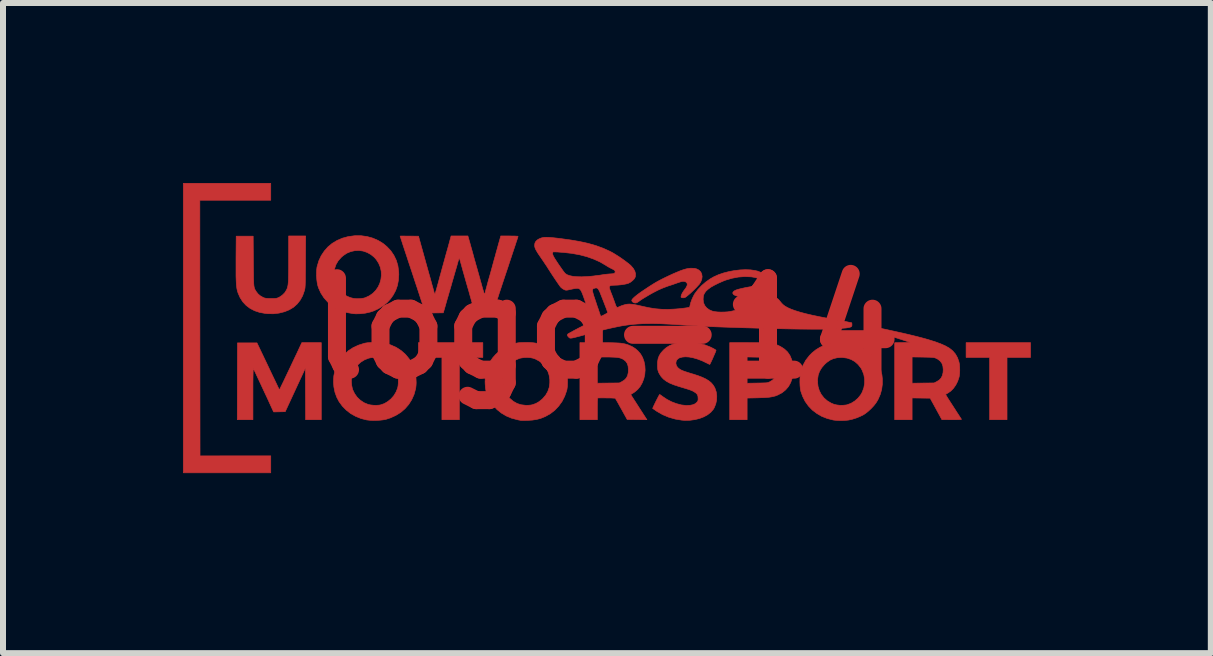
<source format=kicad_pcb>
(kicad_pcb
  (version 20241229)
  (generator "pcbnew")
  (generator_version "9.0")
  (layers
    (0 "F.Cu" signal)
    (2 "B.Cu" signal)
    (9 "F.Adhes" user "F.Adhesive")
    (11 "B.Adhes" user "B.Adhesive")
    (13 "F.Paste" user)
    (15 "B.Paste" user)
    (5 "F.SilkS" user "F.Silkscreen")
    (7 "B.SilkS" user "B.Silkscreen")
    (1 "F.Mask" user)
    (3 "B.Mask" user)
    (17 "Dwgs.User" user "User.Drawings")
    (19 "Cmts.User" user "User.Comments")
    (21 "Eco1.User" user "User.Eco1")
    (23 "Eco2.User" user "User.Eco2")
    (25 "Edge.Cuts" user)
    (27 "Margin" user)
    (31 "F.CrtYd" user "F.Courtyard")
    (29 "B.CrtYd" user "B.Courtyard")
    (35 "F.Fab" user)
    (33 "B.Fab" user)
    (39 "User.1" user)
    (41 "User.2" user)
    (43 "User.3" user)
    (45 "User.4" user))
  (footprint "logo-14"
    (layer "F.Cu")
    (at 7.066 2.422)
    (property "Reference" "logo-14" (at 0 0 0) (layer "F.Cu") (effects (font (size 1.524 1.524) (thickness 0.3))))
    (attr through_hole)
    (fp_poly (pts (xy -2.068 0.486) (xy -2.46 0.486) (xy -2.46 1.524) (xy -2.75 1.524) (xy -2.75 0.486) (xy -3.142 0.486) (xy -3.142 0.239) (xy -2.068 0.239) (xy -2.068 0.486)) (stroke (width 0.01) (type solid)) (fill yes) (layer "F.Cu"))
    (fp_poly (pts (xy 7.061 0.486) (xy 6.669 0.486) (xy 6.669 1.524) (xy 6.379 1.524) (xy 6.379 0.486) (xy 5.987 0.486) (xy 5.987 0.239) (xy 7.061 0.239) (xy 7.061 0.486)) (stroke (width 0.01) (type solid)) (fill yes) (layer "F.Cu"))
    (fp_poly (pts (xy -5.603 -2.134) (xy -6.785 -2.134) (xy -6.784 -0.003) (xy -6.782 2.127) (xy -6.192 2.126) (xy -5.603 2.126) (xy -5.603 2.268) (xy -5.603 2.409) (xy -7.061 2.409) (xy -7.061 -2.417) (xy -5.603 -2.417) (xy -5.603 -2.134)) (stroke (width 0.01) (type solid)) (fill yes) (layer "F.Cu"))
    (fp_poly (pts (xy -4.761 1.524) (xy -5.022 1.524) (xy -5.024 1.094) (xy -5.026 0.664) (xy -5.362 1.39) (xy -5.459 1.392) (xy -5.555 1.394) (xy -5.59 1.319) (xy -5.626 1.24) (xy -5.662 1.161) (xy -5.698 1.085) (xy -5.732 1.012) (xy -5.764 0.943) (xy -5.794 0.879) (xy -5.821 0.822) (xy -5.844 0.772) (xy -5.863 0.731) (xy -5.879 0.7) (xy -5.889 0.68) (xy -5.893 0.672) (xy -5.893 0.672) (xy -5.895 0.677) (xy -5.896 0.697) (xy -5.897 0.73) (xy -5.898 0.776) (xy -5.899 0.835) (xy -5.9 0.906) (xy -5.9 0.989) (xy -5.9 1.082) (xy -5.9 1.094) (xy -5.9 1.524) (xy -6.161 1.524) (xy -6.16 0.884) (xy -6.158 0.243) (xy -5.833 0.243) (xy -5.663 0.599) (xy -5.631 0.667) (xy -5.6 0.732) (xy -5.571 0.793) (xy -5.544 0.849) (xy -5.521 0.897) (xy -5.502 0.937) (xy -5.488 0.967) (xy -5.479 0.986) (xy -5.476 0.991) (xy -5.459 1.027) (xy -5.408 0.922) (xy -5.376 0.856) (xy -5.345 0.79) (xy -5.313 0.723) (xy -5.279 0.652) (xy -5.243 0.575) (xy -5.202 0.488) (xy -5.174 0.43) (xy -5.085 0.239) (xy -4.761 0.239) (xy -4.761 1.524)) (stroke (width 0.01) (type solid)) (fill yes) (layer "F.Cu"))
    (fp_poly (pts (xy 2.353 0.239) (xy 2.445 0.24) (xy 2.523 0.24) (xy 2.59 0.242) (xy 2.647 0.244) (xy 2.696 0.248) (xy 2.737 0.253) (xy 2.773 0.259) (xy 2.804 0.267) (xy 2.833 0.276) (xy 2.861 0.288) (xy 2.889 0.302) (xy 2.897 0.306) (xy 2.96 0.347) (xy 3.012 0.396) (xy 3.052 0.455) (xy 3.08 0.522) (xy 3.098 0.598) (xy 3.104 0.66) (xy 3.102 0.75) (xy 3.089 0.831) (xy 3.063 0.905) (xy 3.027 0.97) (xy 2.979 1.026) (xy 2.921 1.073) (xy 2.852 1.11) (xy 2.838 1.116) (xy 2.807 1.128) (xy 2.776 1.136) (xy 2.743 1.143) (xy 2.705 1.149) (xy 2.661 1.153) (xy 2.607 1.156) (xy 2.541 1.158) (xy 2.516 1.159) (xy 2.337 1.163) (xy 2.337 1.524) (xy 2.047 1.524) (xy 2.047 0.916) (xy 2.337 0.916) (xy 2.506 0.913) (xy 2.559 0.912) (xy 2.601 0.911) (xy 2.632 0.91) (xy 2.656 0.909) (xy 2.673 0.906) (xy 2.687 0.903) (xy 2.7 0.898) (xy 2.713 0.893) (xy 2.714 0.892) (xy 2.758 0.865) (xy 2.792 0.832) (xy 2.811 0.802) (xy 2.818 0.786) (xy 2.823 0.768) (xy 2.826 0.746) (xy 2.827 0.714) (xy 2.827 0.697) (xy 2.825 0.65) (xy 2.819 0.614) (xy 2.808 0.585) (xy 2.79 0.559) (xy 2.764 0.534) (xy 2.745 0.519) (xy 2.726 0.508) (xy 2.705 0.499) (xy 2.679 0.492) (xy 2.647 0.487) (xy 2.607 0.484) (xy 2.556 0.482) (xy 2.498 0.481) (xy 2.337 0.478) (xy 2.337 0.916) (xy 2.047 0.916) (xy 2.047 0.239) (xy 2.353 0.239)) (stroke (width 0.01) (type solid)) (fill yes) (layer "F.Cu"))
    (fp_poly (pts (xy 1.459 -0.999) (xy 1.495 -0.99) (xy 1.527 -0.974) (xy 1.537 -0.967) (xy 1.565 -0.938) (xy 1.581 -0.902) (xy 1.587 -0.861) (xy 1.581 -0.817) (xy 1.564 -0.773) (xy 1.54 -0.735) (xy 1.518 -0.711) (xy 1.49 -0.68) (xy 1.456 -0.646) (xy 1.42 -0.611) (xy 1.384 -0.578) (xy 1.351 -0.55) (xy 1.324 -0.528) (xy 1.314 -0.52) (xy 1.295 -0.512) (xy 1.272 -0.508) (xy 1.252 -0.51) (xy 1.238 -0.516) (xy 1.236 -0.519) (xy 1.236 -0.536) (xy 1.244 -0.561) (xy 1.258 -0.59) (xy 1.277 -0.62) (xy 1.29 -0.637) (xy 1.319 -0.677) (xy 1.336 -0.711) (xy 1.34 -0.738) (xy 1.331 -0.759) (xy 1.314 -0.773) (xy 1.295 -0.78) (xy 1.274 -0.783) (xy 1.249 -0.78) (xy 1.217 -0.771) (xy 1.178 -0.758) (xy 1.141 -0.745) (xy 1.096 -0.729) (xy 1.05 -0.714) (xy 1.019 -0.704) (xy 0.976 -0.688) (xy 0.929 -0.67) (xy 0.885 -0.651) (xy 0.858 -0.639) (xy 0.813 -0.616) (xy 0.763 -0.59) (xy 0.713 -0.562) (xy 0.664 -0.533) (xy 0.619 -0.506) (xy 0.58 -0.482) (xy 0.55 -0.461) (xy 0.538 -0.452) (xy 0.509 -0.432) (xy 0.484 -0.422) (xy 0.46 -0.423) (xy 0.45 -0.426) (xy 0.431 -0.437) (xy 0.418 -0.453) (xy 0.414 -0.464) (xy 0.42 -0.48) (xy 0.438 -0.501) (xy 0.469 -0.529) (xy 0.51 -0.562) (xy 0.562 -0.6) (xy 0.624 -0.642) (xy 0.63 -0.646) (xy 0.699 -0.692) (xy 0.76 -0.731) (xy 0.816 -0.765) (xy 0.87 -0.795) (xy 0.924 -0.823) (xy 0.983 -0.852) (xy 1.029 -0.874) (xy 1.105 -0.909) (xy 1.171 -0.937) (xy 1.227 -0.96) (xy 1.275 -0.977) (xy 1.317 -0.989) (xy 1.354 -0.997) (xy 1.389 -1.001) (xy 1.413 -1.001) (xy 1.459 -0.999)) (stroke (width 0.01) (type solid)) (fill yes) (layer "F.Cu"))
    (fp_poly (pts (xy -5.024 -1.109) (xy -5.024 -1.018) (xy -5.025 -0.941) (xy -5.026 -0.876) (xy -5.026 -0.822) (xy -5.027 -0.778) (xy -5.028 -0.742) (xy -5.029 -0.713) (xy -5.031 -0.69) (xy -5.032 -0.672) (xy -5.035 -0.657) (xy -5.037 -0.644) (xy -5.04 -0.633) (xy -5.042 -0.627) (xy -5.072 -0.542) (xy -5.113 -0.468) (xy -5.164 -0.404) (xy -5.225 -0.35) (xy -5.295 -0.308) (xy -5.374 -0.276) (xy -5.466 -0.253) (xy -5.56 -0.242) (xy -5.658 -0.244) (xy -5.696 -0.248) (xy -5.789 -0.265) (xy -5.873 -0.293) (xy -5.948 -0.332) (xy -6.013 -0.381) (xy -6.069 -0.441) (xy -6.114 -0.511) (xy -6.149 -0.59) (xy -6.149 -0.592) (xy -6.157 -0.615) (xy -6.163 -0.639) (xy -6.168 -0.665) (xy -6.172 -0.694) (xy -6.176 -0.727) (xy -6.178 -0.767) (xy -6.18 -0.814) (xy -6.182 -0.869) (xy -6.182 -0.934) (xy -6.182 -1.01) (xy -6.182 -1.099) (xy -6.182 -1.161) (xy -6.179 -1.535) (xy -5.896 -1.535) (xy -5.893 -1.118) (xy -5.892 -1.027) (xy -5.891 -0.951) (xy -5.89 -0.886) (xy -5.89 -0.832) (xy -5.888 -0.787) (xy -5.887 -0.751) (xy -5.885 -0.722) (xy -5.882 -0.699) (xy -5.878 -0.68) (xy -5.874 -0.665) (xy -5.869 -0.652) (xy -5.862 -0.639) (xy -5.854 -0.627) (xy -5.846 -0.613) (xy -5.814 -0.572) (xy -5.776 -0.54) (xy -5.733 -0.516) (xy -5.715 -0.508) (xy -5.699 -0.503) (xy -5.68 -0.5) (xy -5.656 -0.498) (xy -5.622 -0.497) (xy -5.599 -0.497) (xy -5.559 -0.497) (xy -5.531 -0.498) (xy -5.51 -0.5) (xy -5.494 -0.504) (xy -5.477 -0.511) (xy -5.463 -0.517) (xy -5.413 -0.55) (xy -5.371 -0.591) (xy -5.345 -0.632) (xy -5.336 -0.649) (xy -5.329 -0.665) (xy -5.324 -0.682) (xy -5.319 -0.702) (xy -5.315 -0.724) (xy -5.312 -0.752) (xy -5.309 -0.785) (xy -5.308 -0.826) (xy -5.307 -0.875) (xy -5.306 -0.934) (xy -5.305 -1.004) (xy -5.305 -1.086) (xy -5.305 -1.152) (xy -5.305 -1.539) (xy -5.021 -1.539) (xy -5.024 -1.109)) (stroke (width 0.01) (type solid)) (fill yes) (layer "F.Cu"))
    (fp_poly (pts (xy -4.096 -1.543) (xy -3.996 -1.529) (xy -3.9 -1.502) (xy -3.811 -1.463) (xy -3.728 -1.412) (xy -3.667 -1.361) (xy -3.602 -1.292) (xy -3.55 -1.215) (xy -3.51 -1.132) (xy -3.484 -1.043) (xy -3.471 -0.948) (xy -3.469 -0.897) (xy -3.475 -0.801) (xy -3.492 -0.713) (xy -3.521 -0.63) (xy -3.563 -0.552) (xy -3.607 -0.49) (xy -3.664 -0.428) (xy -3.733 -0.373) (xy -3.809 -0.326) (xy -3.89 -0.289) (xy -3.948 -0.27) (xy -4.028 -0.252) (xy -4.108 -0.243) (xy -4.184 -0.241) (xy -4.227 -0.244) (xy -4.326 -0.261) (xy -4.414 -0.287) (xy -4.494 -0.321) (xy -4.568 -0.366) (xy -4.579 -0.374) (xy -4.653 -0.437) (xy -4.717 -0.509) (xy -4.768 -0.588) (xy -4.807 -0.674) (xy -4.819 -0.712) (xy -4.828 -0.754) (xy -4.835 -0.805) (xy -4.839 -0.861) (xy -4.84 -0.918) (xy -4.84 -0.92) (xy -4.549 -0.92) (xy -4.549 -0.875) (xy -4.54 -0.803) (xy -4.52 -0.739) (xy -4.488 -0.678) (xy -4.474 -0.658) (xy -4.432 -0.607) (xy -4.385 -0.566) (xy -4.331 -0.534) (xy -4.274 -0.511) (xy -4.224 -0.498) (xy -4.167 -0.493) (xy -4.108 -0.495) (xy -4.052 -0.503) (xy -4.026 -0.511) (xy -3.959 -0.542) (xy -3.901 -0.583) (xy -3.853 -0.632) (xy -3.814 -0.688) (xy -3.785 -0.75) (xy -3.767 -0.815) (xy -3.759 -0.883) (xy -3.762 -0.951) (xy -3.777 -1.018) (xy -3.804 -1.083) (xy -3.842 -1.143) (xy -3.876 -1.182) (xy -3.933 -1.229) (xy -3.996 -1.264) (xy -4.062 -1.287) (xy -4.131 -1.297) (xy -4.201 -1.294) (xy -4.269 -1.279) (xy -4.335 -1.252) (xy -4.396 -1.211) (xy -4.431 -1.18) (xy -4.481 -1.122) (xy -4.517 -1.06) (xy -4.539 -0.993) (xy -4.549 -0.92) (xy -4.84 -0.92) (xy -4.838 -0.971) (xy -4.833 -1.016) (xy -4.83 -1.029) (xy -4.802 -1.124) (xy -4.762 -1.21) (xy -4.71 -1.288) (xy -4.649 -1.357) (xy -4.578 -1.416) (xy -4.498 -1.464) (xy -4.409 -1.502) (xy -4.314 -1.528) (xy -4.211 -1.542) (xy -4.199 -1.543) (xy -4.096 -1.543)) (stroke (width 0.01) (type solid)) (fill yes) (layer "F.Cu"))
    (fp_poly (pts (xy -0.136 0.24) (xy -0.048 0.24) (xy 0.027 0.24) (xy 0.091 0.241) (xy 0.144 0.243) (xy 0.19 0.245) (xy 0.228 0.248) (xy 0.26 0.253) (xy 0.289 0.258) (xy 0.315 0.264) (xy 0.341 0.272) (xy 0.358 0.278) (xy 0.42 0.305) (xy 0.473 0.339) (xy 0.517 0.377) (xy 0.561 0.428) (xy 0.595 0.487) (xy 0.619 0.554) (xy 0.633 0.624) (xy 0.637 0.697) (xy 0.631 0.77) (xy 0.615 0.841) (xy 0.589 0.908) (xy 0.554 0.97) (xy 0.513 1.019) (xy 0.487 1.042) (xy 0.46 1.064) (xy 0.437 1.079) (xy 0.434 1.081) (xy 0.414 1.092) (xy 0.402 1.101) (xy 0.399 1.105) (xy 0.403 1.112) (xy 0.413 1.13) (xy 0.429 1.154) (xy 0.448 1.184) (xy 0.455 1.195) (xy 0.478 1.23) (xy 0.506 1.274) (xy 0.536 1.321) (xy 0.567 1.369) (xy 0.589 1.403) (xy 0.667 1.524) (xy 0.338 1.52) (xy 0.242 1.347) (xy 0.216 1.301) (xy 0.193 1.259) (xy 0.173 1.223) (xy 0.156 1.195) (xy 0.145 1.175) (xy 0.14 1.167) (xy 0.139 1.167) (xy 0.131 1.165) (xy 0.11 1.164) (xy 0.079 1.162) (xy 0.041 1.161) (xy -0.003 1.161) (xy -0.05 1.16) (xy -0.098 1.16) (xy -0.144 1.161) (xy -0.151 1.161) (xy -0.154 1.164) (xy -0.156 1.175) (xy -0.157 1.194) (xy -0.159 1.224) (xy -0.159 1.264) (xy -0.16 1.318) (xy -0.16 1.343) (xy -0.16 1.524) (xy -0.45 1.524) (xy -0.45 0.479) (xy -0.16 0.479) (xy -0.16 0.915) (xy 0.024 0.913) (xy 0.207 0.911) (xy 0.248 0.89) (xy 0.291 0.863) (xy 0.323 0.83) (xy 0.345 0.789) (xy 0.356 0.738) (xy 0.358 0.686) (xy 0.353 0.63) (xy 0.338 0.585) (xy 0.312 0.548) (xy 0.275 0.519) (xy 0.262 0.512) (xy 0.238 0.501) (xy 0.212 0.493) (xy 0.182 0.487) (xy 0.144 0.483) (xy 0.099 0.481) (xy 0.042 0.479) (xy -0.009 0.479) (xy -0.16 0.479) (xy -0.45 0.479) (xy -0.45 0.239) (xy -0.136 0.24)) (stroke (width 0.01) (type solid)) (fill yes) (layer "F.Cu"))
    (fp_poly (pts (xy -3.846 0.236) (xy -3.794 0.238) (xy -3.748 0.241) (xy -3.71 0.246) (xy -3.697 0.248) (xy -3.599 0.279) (xy -3.509 0.32) (xy -3.429 0.372) (xy -3.358 0.435) (xy -3.298 0.507) (xy -3.248 0.588) (xy -3.237 0.611) (xy -3.215 0.663) (xy -3.199 0.712) (xy -3.189 0.763) (xy -3.183 0.819) (xy -3.181 0.857) (xy -3.179 0.908) (xy -3.181 0.949) (xy -3.185 0.986) (xy -3.189 1.01) (xy -3.215 1.104) (xy -3.254 1.191) (xy -3.304 1.27) (xy -3.365 1.34) (xy -3.436 1.401) (xy -3.518 1.452) (xy -3.608 1.493) (xy -3.685 1.518) (xy -3.729 1.526) (xy -3.782 1.532) (xy -3.84 1.535) (xy -3.899 1.536) (xy -3.954 1.533) (xy -4.001 1.528) (xy -4.003 1.528) (xy -4.098 1.504) (xy -4.187 1.468) (xy -4.27 1.422) (xy -4.344 1.364) (xy -4.409 1.298) (xy -4.464 1.223) (xy -4.503 1.149) (xy -4.533 1.066) (xy -4.551 0.977) (xy -4.557 0.896) (xy -4.259 0.896) (xy -4.254 0.95) (xy -4.244 1) (xy -4.237 1.024) (xy -4.205 1.09) (xy -4.162 1.15) (xy -4.109 1.2) (xy -4.049 1.24) (xy -3.982 1.268) (xy -3.974 1.271) (xy -3.936 1.278) (xy -3.89 1.283) (xy -3.842 1.284) (xy -3.798 1.281) (xy -3.774 1.277) (xy -3.71 1.255) (xy -3.651 1.22) (xy -3.597 1.175) (xy -3.55 1.121) (xy -3.513 1.059) (xy -3.488 0.995) (xy -3.481 0.96) (xy -3.477 0.916) (xy -3.477 0.869) (xy -3.479 0.823) (xy -3.485 0.784) (xy -3.487 0.777) (xy -3.513 0.706) (xy -3.551 0.643) (xy -3.6 0.588) (xy -3.658 0.543) (xy -3.724 0.51) (xy -3.759 0.498) (xy -3.796 0.49) (xy -3.842 0.487) (xy -3.891 0.487) (xy -3.936 0.491) (xy -3.97 0.498) (xy -4.039 0.525) (xy -4.102 0.564) (xy -4.156 0.613) (xy -4.2 0.67) (xy -4.233 0.733) (xy -4.253 0.797) (xy -4.259 0.843) (xy -4.259 0.896) (xy -4.557 0.896) (xy -4.557 0.886) (xy -4.552 0.795) (xy -4.535 0.708) (xy -4.525 0.676) (xy -4.488 0.587) (xy -4.438 0.506) (xy -4.378 0.435) (xy -4.308 0.373) (xy -4.228 0.321) (xy -4.138 0.28) (xy -4.04 0.249) (xy -4.024 0.246) (xy -3.991 0.241) (xy -3.948 0.238) (xy -3.898 0.236) (xy -3.846 0.236)) (stroke (width 0.01) (type solid)) (fill yes) (layer "F.Cu"))
    (fp_poly (pts (xy 3.904 0.237) (xy 3.953 0.237) (xy 3.99 0.238) (xy 4.02 0.24) (xy 4.045 0.243) (xy 4.069 0.248) (xy 4.096 0.254) (xy 4.102 0.256) (xy 4.196 0.288) (xy 4.281 0.331) (xy 4.358 0.385) (xy 4.426 0.448) (xy 4.483 0.52) (xy 4.529 0.599) (xy 4.563 0.685) (xy 4.584 0.776) (xy 4.591 0.842) (xy 4.591 0.932) (xy 4.58 1.016) (xy 4.558 1.098) (xy 4.522 1.181) (xy 4.512 1.2) (xy 4.485 1.244) (xy 4.448 1.291) (xy 4.404 1.338) (xy 4.357 1.382) (xy 4.309 1.42) (xy 4.272 1.444) (xy 4.216 1.471) (xy 4.154 1.496) (xy 4.09 1.516) (xy 4.031 1.529) (xy 4.018 1.531) (xy 3.962 1.536) (xy 3.901 1.538) (xy 3.841 1.536) (xy 3.786 1.531) (xy 3.769 1.528) (xy 3.671 1.503) (xy 3.58 1.467) (xy 3.498 1.419) (xy 3.423 1.362) (xy 3.359 1.295) (xy 3.304 1.218) (xy 3.262 1.134) (xy 3.232 1.049) (xy 3.224 1.007) (xy 3.219 0.955) (xy 3.217 0.897) (xy 3.217 0.893) (xy 3.511 0.893) (xy 3.519 0.968) (xy 3.54 1.038) (xy 3.573 1.103) (xy 3.618 1.16) (xy 3.672 1.208) (xy 3.737 1.247) (xy 3.788 1.268) (xy 3.833 1.278) (xy 3.885 1.284) (xy 3.939 1.283) (xy 3.989 1.278) (xy 4.005 1.274) (xy 4.07 1.25) (xy 4.13 1.213) (xy 4.184 1.166) (xy 4.229 1.111) (xy 4.255 1.066) (xy 4.282 0.994) (xy 4.295 0.919) (xy 4.295 0.844) (xy 4.282 0.771) (xy 4.255 0.701) (xy 4.233 0.661) (xy 4.187 0.603) (xy 4.133 0.555) (xy 4.071 0.52) (xy 4.003 0.497) (xy 3.929 0.487) (xy 3.908 0.486) (xy 3.837 0.491) (xy 3.774 0.506) (xy 3.717 0.532) (xy 3.662 0.571) (xy 3.628 0.602) (xy 3.58 0.658) (xy 3.545 0.716) (xy 3.522 0.779) (xy 3.512 0.849) (xy 3.511 0.893) (xy 3.217 0.893) (xy 3.218 0.839) (xy 3.222 0.783) (xy 3.229 0.734) (xy 3.235 0.708) (xy 3.269 0.616) (xy 3.315 0.532) (xy 3.374 0.456) (xy 3.418 0.411) (xy 3.482 0.359) (xy 3.55 0.317) (xy 3.626 0.282) (xy 3.707 0.256) (xy 3.734 0.248) (xy 3.758 0.243) (xy 3.781 0.24) (xy 3.808 0.238) (xy 3.841 0.237) (xy 3.884 0.237) (xy 3.904 0.237)) (stroke (width 0.01) (type solid)) (fill yes) (layer "F.Cu"))
    (fp_poly (pts (xy 4.484 -0.013) (xy 4.513 -0.008) (xy 4.553 -0.001) (xy 4.603 0.009) (xy 4.66 0.021) (xy 4.723 0.035) (xy 4.792 0.05) (xy 4.863 0.066) (xy 4.936 0.082) (xy 5.009 0.099) (xy 5.08 0.116) (xy 5.149 0.133) (xy 5.17 0.138) (xy 5.295 0.171) (xy 5.406 0.204) (xy 5.503 0.236) (xy 5.585 0.268) (xy 5.639 0.292) (xy 5.708 0.331) (xy 5.765 0.377) (xy 5.81 0.43) (xy 5.844 0.491) (xy 5.868 0.56) (xy 5.876 0.599) (xy 5.88 0.648) (xy 5.881 0.701) (xy 5.879 0.753) (xy 5.873 0.799) (xy 5.868 0.82) (xy 5.846 0.885) (xy 5.815 0.946) (xy 5.776 1.001) (xy 5.732 1.046) (xy 5.684 1.079) (xy 5.681 1.081) (xy 5.661 1.092) (xy 5.649 1.101) (xy 5.646 1.104) (xy 5.65 1.111) (xy 5.661 1.129) (xy 5.677 1.156) (xy 5.698 1.189) (xy 5.723 1.228) (xy 5.749 1.268) (xy 5.778 1.313) (xy 5.806 1.356) (xy 5.831 1.396) (xy 5.853 1.429) (xy 5.869 1.454) (xy 5.877 1.466) (xy 5.891 1.488) (xy 5.903 1.506) (xy 5.909 1.515) (xy 5.909 1.518) (xy 5.901 1.52) (xy 5.886 1.522) (xy 5.86 1.523) (xy 5.823 1.524) (xy 5.774 1.524) (xy 5.75 1.524) (xy 5.584 1.523) (xy 5.388 1.165) (xy 5.238 1.163) (xy 5.087 1.161) (xy 5.087 1.524) (xy 4.797 1.524) (xy 4.797 0.915) (xy 5.087 0.915) (xy 5.271 0.913) (xy 5.454 0.911) (xy 5.495 0.89) (xy 5.538 0.864) (xy 5.57 0.83) (xy 5.591 0.789) (xy 5.603 0.739) (xy 5.606 0.686) (xy 5.6 0.63) (xy 5.583 0.583) (xy 5.554 0.545) (xy 5.514 0.514) (xy 5.482 0.498) (xy 5.469 0.493) (xy 5.455 0.49) (xy 5.439 0.487) (xy 5.416 0.485) (xy 5.387 0.483) (xy 5.348 0.482) (xy 5.297 0.481) (xy 5.267 0.48) (xy 5.087 0.478) (xy 5.087 0.915) (xy 4.797 0.915) (xy 4.797 0.24) (xy 4.926 0.238) (xy 5.055 0.236) (xy 4.942 0.198) (xy 4.827 0.161) (xy 4.717 0.128) (xy 4.605 0.097) (xy 4.544 0.08) (xy 4.505 0.07) (xy 4.472 0.06) (xy 4.445 0.051) (xy 4.429 0.045) (xy 4.426 0.042) (xy 4.42 0.022) (xy 4.427 0.004) (xy 4.443 -0.009) (xy 4.467 -0.015) (xy 4.468 -0.015) (xy 4.484 -0.013)) (stroke (width 0.01) (type solid)) (fill yes) (layer "F.Cu"))
    (fp_poly (pts (xy -1.278 0.237) (xy -1.221 0.242) (xy -1.169 0.25) (xy -1.121 0.263) (xy -1.07 0.281) (xy -1.02 0.304) (xy -0.936 0.352) (xy -0.861 0.41) (xy -0.796 0.478) (xy -0.742 0.554) (xy -0.699 0.638) (xy -0.673 0.715) (xy -0.665 0.756) (xy -0.66 0.806) (xy -0.657 0.861) (xy -0.657 0.917) (xy -0.659 0.969) (xy -0.665 1.014) (xy -0.67 1.037) (xy -0.703 1.131) (xy -0.747 1.218) (xy -0.803 1.296) (xy -0.868 1.365) (xy -0.944 1.424) (xy -1.028 1.471) (xy -1.036 1.474) (xy -1.102 1.501) (xy -1.17 1.519) (xy -1.242 1.53) (xy -1.321 1.535) (xy -1.36 1.536) (xy -1.394 1.536) (xy -1.421 1.536) (xy -1.438 1.535) (xy -1.441 1.534) (xy -1.456 1.531) (xy -1.479 1.527) (xy -1.495 1.523) (xy -1.59 1.498) (xy -1.678 1.461) (xy -1.759 1.413) (xy -1.832 1.354) (xy -1.895 1.285) (xy -1.947 1.208) (xy -1.966 1.172) (xy -1.989 1.121) (xy -2.006 1.076) (xy -2.018 1.032) (xy -2.025 0.985) (xy -2.029 0.929) (xy -2.03 0.907) (xy -2.03 0.889) (xy -1.734 0.889) (xy -1.732 0.94) (xy -1.725 0.984) (xy -1.724 0.989) (xy -1.697 1.06) (xy -1.658 1.123) (xy -1.618 1.168) (xy -1.561 1.217) (xy -1.5 1.252) (xy -1.434 1.274) (xy -1.361 1.283) (xy -1.343 1.284) (xy -1.308 1.283) (xy -1.273 1.28) (xy -1.245 1.275) (xy -1.242 1.274) (xy -1.183 1.253) (xy -1.131 1.223) (xy -1.08 1.182) (xy -1.069 1.171) (xy -1.02 1.114) (xy -0.985 1.053) (xy -0.962 0.986) (xy -0.952 0.913) (xy -0.952 0.854) (xy -0.964 0.779) (xy -0.987 0.71) (xy -1.023 0.647) (xy -1.069 0.593) (xy -1.125 0.548) (xy -1.19 0.513) (xy -1.233 0.498) (xy -1.278 0.489) (xy -1.33 0.486) (xy -1.384 0.488) (xy -1.434 0.496) (xy -1.456 0.501) (xy -1.525 0.53) (xy -1.587 0.57) (xy -1.64 0.62) (xy -1.683 0.679) (xy -1.714 0.744) (xy -1.725 0.786) (xy -1.732 0.836) (xy -1.734 0.889) (xy -2.03 0.889) (xy -2.028 0.81) (xy -2.015 0.722) (xy -1.99 0.64) (xy -1.952 0.563) (xy -1.901 0.489) (xy -1.855 0.437) (xy -1.79 0.378) (xy -1.717 0.328) (xy -1.635 0.288) (xy -1.543 0.257) (xy -1.54 0.256) (xy -1.512 0.248) (xy -1.487 0.243) (xy -1.463 0.24) (xy -1.435 0.238) (xy -1.4 0.237) (xy -1.354 0.236) (xy -1.346 0.236) (xy -1.278 0.237)) (stroke (width 0.01) (type solid)) (fill yes) (layer "F.Cu"))
    (fp_poly (pts (xy 1.447 0.234) (xy 1.543 0.251) (xy 1.638 0.278) (xy 1.728 0.314) (xy 1.74 0.32) (xy 1.77 0.335) (xy 1.795 0.349) (xy 1.812 0.36) (xy 1.819 0.366) (xy 1.817 0.374) (xy 1.81 0.393) (xy 1.799 0.42) (xy 1.785 0.451) (xy 1.77 0.486) (xy 1.755 0.52) (xy 1.74 0.552) (xy 1.728 0.578) (xy 1.718 0.596) (xy 1.715 0.602) (xy 1.708 0.6) (xy 1.692 0.593) (xy 1.669 0.581) (xy 1.664 0.579) (xy 1.587 0.542) (xy 1.511 0.513) (xy 1.439 0.492) (xy 1.371 0.479) (xy 1.309 0.475) (xy 1.255 0.48) (xy 1.209 0.493) (xy 1.189 0.504) (xy 1.165 0.528) (xy 1.152 0.558) (xy 1.15 0.591) (xy 1.16 0.625) (xy 1.181 0.655) (xy 1.185 0.658) (xy 1.201 0.672) (xy 1.219 0.685) (xy 1.241 0.697) (xy 1.269 0.709) (xy 1.305 0.722) (xy 1.351 0.737) (xy 1.408 0.755) (xy 1.433 0.762) (xy 1.517 0.789) (xy 1.588 0.816) (xy 1.647 0.844) (xy 1.695 0.873) (xy 1.735 0.905) (xy 1.766 0.94) (xy 1.792 0.98) (xy 1.801 0.998) (xy 1.822 1.06) (xy 1.831 1.127) (xy 1.829 1.195) (xy 1.814 1.262) (xy 1.789 1.324) (xy 1.771 1.354) (xy 1.73 1.401) (xy 1.677 1.442) (xy 1.615 1.476) (xy 1.544 1.503) (xy 1.467 1.522) (xy 1.385 1.533) (xy 1.3 1.535) (xy 1.248 1.531) (xy 1.138 1.513) (xy 1.03 1.482) (xy 0.928 1.439) (xy 0.832 1.384) (xy 0.808 1.367) (xy 0.762 1.335) (xy 0.779 1.297) (xy 0.794 1.265) (xy 0.811 1.23) (xy 0.828 1.196) (xy 0.845 1.163) (xy 0.859 1.135) (xy 0.871 1.115) (xy 0.878 1.104) (xy 0.879 1.103) (xy 0.887 1.107) (xy 0.903 1.118) (xy 0.925 1.134) (xy 0.93 1.138) (xy 1.002 1.186) (xy 1.08 1.226) (xy 1.16 1.256) (xy 1.239 1.277) (xy 1.316 1.286) (xy 1.332 1.286) (xy 1.389 1.283) (xy 1.434 1.274) (xy 1.47 1.258) (xy 1.496 1.237) (xy 1.509 1.221) (xy 1.517 1.207) (xy 1.52 1.189) (xy 1.52 1.166) (xy 1.517 1.131) (xy 1.507 1.104) (xy 1.486 1.081) (xy 1.454 1.059) (xy 1.444 1.053) (xy 1.429 1.045) (xy 1.412 1.038) (xy 1.393 1.03) (xy 1.37 1.022) (xy 1.339 1.012) (xy 1.3 1) (xy 1.25 0.985) (xy 1.197 0.969) (xy 1.115 0.942) (xy 1.045 0.913) (xy 0.988 0.881) (xy 0.941 0.845) (xy 0.904 0.805) (xy 0.875 0.759) (xy 0.871 0.752) (xy 0.858 0.725) (xy 0.851 0.702) (xy 0.846 0.678) (xy 0.844 0.646) (xy 0.843 0.633) (xy 0.844 0.565) (xy 0.853 0.507) (xy 0.872 0.456) (xy 0.902 0.409) (xy 0.943 0.363) (xy 0.99 0.322) (xy 1.042 0.29) (xy 1.101 0.265) (xy 1.169 0.246) (xy 1.248 0.233) (xy 1.264 0.231) (xy 1.353 0.227) (xy 1.447 0.234)) (stroke (width 0.01) (type solid)) (fill yes) (layer "F.Cu"))
    (fp_poly (pts (xy -2.282 -1.417) (xy -2.27 -1.373) (xy -2.258 -1.33) (xy -2.247 -1.292) (xy -2.239 -1.262) (xy -2.235 -1.248) (xy -2.229 -1.226) (xy -2.22 -1.192) (xy -2.209 -1.152) (xy -2.196 -1.107) (xy -2.186 -1.07) (xy -2.171 -1.019) (xy -2.154 -0.958) (xy -2.136 -0.895) (xy -2.119 -0.834) (xy -2.109 -0.796) (xy -2.091 -0.734) (xy -2.078 -0.685) (xy -2.067 -0.647) (xy -2.058 -0.619) (xy -2.052 -0.599) (xy -2.048 -0.586) (xy -2.044 -0.578) (xy -2.042 -0.575) (xy -2.04 -0.573) (xy -2.039 -0.573) (xy -2.033 -0.579) (xy -2.032 -0.583) (xy -2.03 -0.593) (xy -2.025 -0.614) (xy -2.017 -0.645) (xy -2.006 -0.684) (xy -1.994 -0.729) (xy -1.985 -0.763) (xy -1.97 -0.817) (xy -1.954 -0.872) (xy -1.939 -0.925) (xy -1.926 -0.973) (xy -1.915 -1.012) (xy -1.912 -1.023) (xy -1.903 -1.057) (xy -1.891 -1.1) (xy -1.877 -1.152) (xy -1.861 -1.207) (xy -1.846 -1.264) (xy -1.837 -1.295) (xy -1.823 -1.346) (xy -1.81 -1.394) (xy -1.798 -1.436) (xy -1.788 -1.471) (xy -1.781 -1.496) (xy -1.778 -1.508) (xy -1.77 -1.539) (xy -1.625 -1.539) (xy -1.581 -1.538) (xy -1.543 -1.538) (xy -1.512 -1.536) (xy -1.49 -1.535) (xy -1.481 -1.533) (xy -1.481 -1.533) (xy -1.483 -1.525) (xy -1.489 -1.505) (xy -1.499 -1.474) (xy -1.513 -1.433) (xy -1.529 -1.383) (xy -1.548 -1.326) (xy -1.569 -1.264) (xy -1.591 -1.197) (xy -1.597 -1.179) (xy -1.624 -1.098) (xy -1.653 -1.009) (xy -1.684 -0.917) (xy -1.715 -0.824) (xy -1.745 -0.734) (xy -1.773 -0.649) (xy -1.798 -0.574) (xy -1.808 -0.542) (xy -1.903 -0.254) (xy -2.198 -0.254) (xy -2.213 -0.303) (xy -2.227 -0.352) (xy -2.243 -0.408) (xy -2.259 -0.466) (xy -2.268 -0.497) (xy -2.272 -0.512) (xy -2.28 -0.539) (xy -2.29 -0.576) (xy -2.303 -0.623) (xy -2.319 -0.677) (xy -2.336 -0.736) (xy -2.354 -0.799) (xy -2.363 -0.831) (xy -2.381 -0.895) (xy -2.398 -0.954) (xy -2.413 -1.009) (xy -2.426 -1.056) (xy -2.437 -1.095) (xy -2.445 -1.124) (xy -2.45 -1.141) (xy -2.451 -1.145) (xy -2.457 -1.159) (xy -2.465 -1.159) (xy -2.47 -1.148) (xy -2.473 -1.138) (xy -2.48 -1.116) (xy -2.489 -1.084) (xy -2.5 -1.044) (xy -2.513 -0.999) (xy -2.522 -0.969) (xy -2.539 -0.911) (xy -2.557 -0.847) (xy -2.576 -0.783) (xy -2.593 -0.722) (xy -2.608 -0.67) (xy -2.61 -0.664) (xy -2.626 -0.609) (xy -2.644 -0.546) (xy -2.663 -0.482) (xy -2.68 -0.422) (xy -2.688 -0.392) (xy -2.727 -0.258) (xy -2.876 -0.256) (xy -3.025 -0.254) (xy -3.102 -0.488) (xy -3.119 -0.541) (xy -3.14 -0.605) (xy -3.164 -0.679) (xy -3.191 -0.759) (xy -3.219 -0.844) (xy -3.247 -0.93) (xy -3.276 -1.017) (xy -3.304 -1.101) (xy -3.313 -1.128) (xy -3.337 -1.202) (xy -3.36 -1.271) (xy -3.381 -1.335) (xy -3.4 -1.392) (xy -3.416 -1.442) (xy -3.429 -1.482) (xy -3.439 -1.512) (xy -3.445 -1.531) (xy -3.447 -1.537) (xy -3.44 -1.537) (xy -3.421 -1.538) (xy -3.391 -1.538) (xy -3.354 -1.537) (xy -3.31 -1.537) (xy -3.293 -1.537) (xy -3.14 -1.535) (xy -3.131 -1.502) (xy -3.123 -1.472) (xy -3.112 -1.434) (xy -3.099 -1.386) (xy -3.083 -1.329) (xy -3.064 -1.261) (xy -3.042 -1.182) (xy -3.017 -1.091) (xy -2.988 -0.987) (xy -2.965 -0.905) (xy -2.946 -0.839) (xy -2.929 -0.777) (xy -2.914 -0.721) (xy -2.9 -0.673) (xy -2.889 -0.632) (xy -2.881 -0.602) (xy -2.875 -0.583) (xy -2.874 -0.577) (xy -2.868 -0.573) (xy -2.868 -0.573) (xy -2.864 -0.58) (xy -2.857 -0.598) (xy -2.849 -0.624) (xy -2.842 -0.648) (xy -2.834 -0.677) (xy -2.823 -0.717) (xy -2.81 -0.764) (xy -2.796 -0.816) (xy -2.782 -0.869) (xy -2.776 -0.889) (xy -2.746 -0.999) (xy -2.719 -1.096) (xy -2.696 -1.18) (xy -2.676 -1.253) (xy -2.658 -1.315) (xy -2.644 -1.366) (xy -2.632 -1.409) (xy -2.623 -1.443) (xy -2.616 -1.469) (xy -2.611 -1.489) (xy -2.607 -1.502) (xy -2.606 -1.508) (xy -2.597 -1.539) (xy -2.317 -1.539) (xy -2.282 -1.417)) (stroke (width 0.01) (type solid)) (fill yes) (layer "F.Cu"))
    (fp_poly (pts (xy -0.975 -1.516) (xy -0.932 -1.513) (xy -0.881 -1.508) (xy -0.819 -1.501) (xy -0.747 -1.492) (xy -0.662 -1.48) (xy -0.61 -1.473) (xy -0.457 -1.447) (xy -0.315 -1.416) (xy -0.183 -1.378) (xy -0.062 -1.334) (xy 0.046 -1.285) (xy 0.094 -1.26) (xy 0.145 -1.229) (xy 0.199 -1.195) (xy 0.252 -1.159) (xy 0.303 -1.122) (xy 0.348 -1.088) (xy 0.385 -1.058) (xy 0.403 -1.041) (xy 0.44 -0.998) (xy 0.465 -0.954) (xy 0.477 -0.91) (xy 0.476 -0.869) (xy 0.469 -0.847) (xy 0.453 -0.821) (xy 0.426 -0.794) (xy 0.394 -0.769) (xy 0.36 -0.751) (xy 0.354 -0.749) (xy 0.323 -0.74) (xy 0.282 -0.732) (xy 0.234 -0.725) (xy 0.183 -0.72) (xy 0.134 -0.718) (xy 0.129 -0.718) (xy 0.089 -0.716) (xy 0.062 -0.712) (xy 0.046 -0.702) (xy 0.04 -0.686) (xy 0.044 -0.662) (xy 0.056 -0.627) (xy 0.063 -0.608) (xy 0.079 -0.568) (xy 0.097 -0.521) (xy 0.114 -0.475) (xy 0.122 -0.453) (xy 0.137 -0.411) (xy 0.148 -0.381) (xy 0.157 -0.362) (xy 0.165 -0.351) (xy 0.174 -0.348) (xy 0.186 -0.351) (xy 0.201 -0.358) (xy 0.212 -0.363) (xy 0.243 -0.376) (xy 0.28 -0.388) (xy 0.312 -0.397) (xy 0.342 -0.402) (xy 0.373 -0.404) (xy 0.407 -0.402) (xy 0.447 -0.397) (xy 0.495 -0.388) (xy 0.554 -0.375) (xy 0.576 -0.37) (xy 0.694 -0.344) (xy 0.805 -0.326) (xy 0.911 -0.317) (xy 1.016 -0.315) (xy 1.108 -0.319) (xy 1.154 -0.322) (xy 1.201 -0.326) (xy 1.247 -0.331) (xy 1.289 -0.336) (xy 1.326 -0.341) (xy 1.354 -0.346) (xy 1.373 -0.35) (xy 1.378 -0.352) (xy 1.381 -0.36) (xy 1.385 -0.378) (xy 1.387 -0.387) (xy 1.397 -0.427) (xy 1.414 -0.474) (xy 1.416 -0.479) (xy 1.604 -0.479) (xy 1.61 -0.427) (xy 1.63 -0.381) (xy 1.661 -0.342) (xy 1.703 -0.31) (xy 1.755 -0.287) (xy 1.801 -0.277) (xy 1.846 -0.272) (xy 1.9 -0.27) (xy 1.957 -0.271) (xy 2.012 -0.274) (xy 2.051 -0.28) (xy 2.101 -0.29) (xy 2.157 -0.304) (xy 2.217 -0.321) (xy 2.276 -0.341) (xy 2.332 -0.361) (xy 2.381 -0.38) (xy 2.42 -0.398) (xy 2.424 -0.401) (xy 2.453 -0.418) (xy 2.481 -0.436) (xy 2.504 -0.453) (xy 2.521 -0.467) (xy 2.529 -0.476) (xy 2.53 -0.478) (xy 2.521 -0.481) (xy 2.502 -0.483) (xy 2.475 -0.485) (xy 2.463 -0.485) (xy 2.415 -0.488) (xy 2.364 -0.494) (xy 2.312 -0.502) (xy 2.261 -0.512) (xy 2.213 -0.524) (xy 2.171 -0.536) (xy 2.137 -0.548) (xy 2.115 -0.56) (xy 2.109 -0.565) (xy 2.098 -0.584) (xy 2.101 -0.602) (xy 2.118 -0.62) (xy 2.141 -0.633) (xy 2.169 -0.644) (xy 2.209 -0.655) (xy 2.259 -0.667) (xy 2.315 -0.679) (xy 2.375 -0.69) (xy 2.437 -0.699) (xy 2.498 -0.707) (xy 2.507 -0.708) (xy 2.546 -0.712) (xy 2.58 -0.715) (xy 2.606 -0.718) (xy 2.622 -0.72) (xy 2.625 -0.72) (xy 2.625 -0.726) (xy 2.616 -0.74) (xy 2.601 -0.759) (xy 2.591 -0.77) (xy 2.561 -0.8) (xy 2.531 -0.823) (xy 2.498 -0.839) (xy 2.459 -0.849) (xy 2.409 -0.857) (xy 2.396 -0.858) (xy 2.296 -0.862) (xy 2.191 -0.854) (xy 2.086 -0.834) (xy 1.983 -0.804) (xy 1.941 -0.788) (xy 1.859 -0.752) (xy 1.791 -0.718) (xy 1.734 -0.686) (xy 1.69 -0.654) (xy 1.655 -0.623) (xy 1.63 -0.59) (xy 1.613 -0.556) (xy 1.612 -0.552) (xy 1.608 -0.532) (xy 1.605 -0.504) (xy 1.604 -0.479) (xy 1.416 -0.479) (xy 1.435 -0.521) (xy 1.457 -0.564) (xy 1.468 -0.581) (xy 1.518 -0.647) (xy 1.579 -0.712) (xy 1.649 -0.772) (xy 1.724 -0.825) (xy 1.782 -0.858) (xy 1.859 -0.893) (xy 1.944 -0.922) (xy 2.034 -0.945) (xy 2.126 -0.962) (xy 2.219 -0.973) (xy 2.309 -0.977) (xy 2.393 -0.974) (xy 2.47 -0.963) (xy 2.519 -0.951) (xy 2.582 -0.924) (xy 2.638 -0.885) (xy 2.685 -0.836) (xy 2.722 -0.778) (xy 2.738 -0.742) (xy 2.749 -0.699) (xy 2.754 -0.653) (xy 2.753 -0.607) (xy 2.745 -0.566) (xy 2.737 -0.544) (xy 2.721 -0.518) (xy 2.699 -0.485) (xy 2.673 -0.45) (xy 2.647 -0.416) (xy 2.623 -0.389) (xy 2.614 -0.38) (xy 2.6 -0.365) (xy 2.592 -0.355) (xy 2.591 -0.353) (xy 2.597 -0.353) (xy 2.613 -0.357) (xy 2.625 -0.361) (xy 2.659 -0.379) (xy 2.684 -0.401) (xy 2.717 -0.437) (xy 2.742 -0.463) (xy 2.761 -0.481) (xy 2.777 -0.492) (xy 2.791 -0.498) (xy 2.805 -0.501) (xy 2.812 -0.501) (xy 2.828 -0.5) (xy 2.84 -0.497) (xy 2.851 -0.489) (xy 2.866 -0.474) (xy 2.885 -0.451) (xy 2.914 -0.416) (xy 2.941 -0.39) (xy 2.969 -0.369) (xy 3.003 -0.35) (xy 3.015 -0.343) (xy 3.072 -0.318) (xy 3.141 -0.293) (xy 3.222 -0.268) (xy 3.316 -0.243) (xy 3.423 -0.218) (xy 3.543 -0.193) (xy 3.677 -0.167) (xy 3.783 -0.149) (xy 3.834 -0.14) (xy 3.886 -0.131) (xy 3.934 -0.122) (xy 3.976 -0.114) (xy 4.007 -0.107) (xy 4.012 -0.106) (xy 4.082 -0.091) (xy 4.084 -0.065) (xy 4.084 -0.047) (xy 4.08 -0.034) (xy 4.069 -0.024) (xy 4.05 -0.017) (xy 4.022 -0.011) (xy 3.981 -0.005) (xy 3.955 -0.003) (xy 3.9 0.002) (xy 3.84 0.006) (xy 3.775 0.01) (xy 3.703 0.012) (xy 3.624 0.014) (xy 3.536 0.015) (xy 3.44 0.015) (xy 3.333 0.014) (xy 3.216 0.013) (xy 3.088 0.011) (xy 2.948 0.008) (xy 2.794 0.005) (xy 2.642 0.001) (xy 2.498 -0.003) (xy 2.367 -0.007) (xy 2.248 -0.01) (xy 2.139 -0.014) (xy 2.04 -0.017) (xy 1.949 -0.02) (xy 1.865 -0.023) (xy 1.786 -0.026) (xy 1.711 -0.029) (xy 1.639 -0.033) (xy 1.569 -0.036) (xy 1.498 -0.04) (xy 1.427 -0.044) (xy 1.353 -0.049) (xy 1.276 -0.054) (xy 1.216 -0.058) (xy 1.126 -0.064) (xy 1.049 -0.069) (xy 0.981 -0.072) (xy 0.922 -0.075) (xy 0.869 -0.077) (xy 0.82 -0.078) (xy 0.772 -0.079) (xy 0.724 -0.079) (xy 0.674 -0.078) (xy 0.653 -0.078) (xy 0.582 -0.076) (xy 0.514 -0.072) (xy 0.448 -0.067) (xy 0.382 -0.06) (xy 0.314 -0.051) (xy 0.244 -0.04) (xy 0.169 -0.025) (xy 0.088 -0.008) (xy -0.000366 0.012) (xy -0.098 0.036) (xy -0.205 0.064) (xy -0.325 0.096) (xy -0.362 0.106) (xy -0.427 0.124) (xy -0.481 0.138) (xy -0.523 0.149) (xy -0.555 0.157) (xy -0.58 0.162) (xy -0.597 0.164) (xy -0.61 0.164) (xy -0.62 0.162) (xy -0.627 0.157) (xy -0.634 0.151) (xy -0.638 0.147) (xy -0.655 0.127) (xy -0.659 0.111) (xy -0.652 0.097) (xy -0.648 0.093) (xy -0.638 0.087) (xy -0.617 0.075) (xy -0.587 0.059) (xy -0.55 0.038) (xy -0.506 0.015) (xy -0.459 -0.01) (xy -0.45 -0.014) (xy -0.402 -0.039) (xy -0.358 -0.062) (xy -0.321 -0.083) (xy -0.29 -0.099) (xy -0.269 -0.111) (xy -0.258 -0.117) (xy -0.258 -0.117) (xy -0.256 -0.121) (xy -0.256 -0.128) (xy -0.259 -0.139) (xy -0.263 -0.157) (xy -0.271 -0.181) (xy -0.281 -0.214) (xy -0.295 -0.256) (xy -0.313 -0.308) (xy -0.336 -0.372) (xy -0.354 -0.425) (xy -0.374 -0.482) (xy -0.39 -0.528) (xy -0.403 -0.563) (xy -0.414 -0.59) (xy -0.422 -0.609) (xy -0.43 -0.624) (xy -0.431 -0.625) (xy -0.24 -0.625) (xy -0.236 -0.603) (xy -0.228 -0.573) (xy -0.216 -0.533) (xy -0.199 -0.483) (xy -0.178 -0.42) (xy -0.161 -0.368) (xy -0.144 -0.32) (xy -0.13 -0.278) (xy -0.119 -0.244) (xy -0.11 -0.219) (xy -0.106 -0.206) (xy -0.105 -0.205) (xy -0.099 -0.202) (xy -0.085 -0.206) (xy -0.06 -0.218) (xy -0.045 -0.226) (xy -0.02 -0.239) (xy 0.000156 -0.251) (xy 0.012 -0.257) (xy 0.014 -0.258) (xy 0.012 -0.266) (xy 0.005 -0.286) (xy -0.006 -0.319) (xy -0.023 -0.362) (xy -0.044 -0.417) (xy -0.069 -0.481) (xy -0.098 -0.554) (xy -0.116 -0.6) (xy -0.132 -0.633) (xy -0.146 -0.655) (xy -0.16 -0.668) (xy -0.176 -0.673) (xy -0.194 -0.671) (xy -0.203 -0.668) (xy -0.218 -0.664) (xy -0.229 -0.659) (xy -0.236 -0.651) (xy -0.24 -0.641) (xy -0.24 -0.625) (xy -0.431 -0.625) (xy -0.437 -0.635) (xy -0.444 -0.644) (xy -0.448 -0.648) (xy -0.459 -0.657) (xy -0.472 -0.663) (xy -0.489 -0.666) (xy -0.512 -0.665) (xy -0.543 -0.661) (xy -0.583 -0.653) (xy -0.636 -0.642) (xy -0.637 -0.641) (xy -0.663 -0.636) (xy -0.681 -0.635) (xy -0.696 -0.638) (xy -0.713 -0.645) (xy -0.738 -0.659) (xy -0.763 -0.679) (xy -0.767 -0.683) (xy -0.778 -0.696) (xy -0.795 -0.719) (xy -0.817 -0.751) (xy -0.843 -0.789) (xy -0.872 -0.832) (xy -0.902 -0.877) (xy -0.932 -0.923) (xy -0.961 -0.968) (xy -0.988 -1.01) (xy -0.993 -1.019) (xy -1.006 -1.039) (xy -1.026 -1.068) (xy -1.049 -1.103) (xy -1.075 -1.141) (xy -1.094 -1.169) (xy -1.129 -1.22) (xy -1.144 -1.242) (xy -0.906 -1.242) (xy -0.898 -1.216) (xy -0.888 -1.195) (xy -0.876 -1.174) (xy -0.858 -1.145) (xy -0.835 -1.11) (xy -0.81 -1.072) (xy -0.783 -1.033) (xy -0.757 -0.996) (xy -0.734 -0.963) (xy -0.714 -0.937) (xy -0.7 -0.919) (xy -0.696 -0.915) (xy -0.666 -0.894) (xy -0.623 -0.878) (xy -0.567 -0.866) (xy -0.5 -0.86) (xy -0.421 -0.858) (xy -0.332 -0.862) (xy -0.269 -0.867) (xy -0.22 -0.872) (xy -0.168 -0.879) (xy -0.118 -0.885) (xy -0.075 -0.892) (xy -0.069 -0.893) (xy -0.029 -0.899) (xy 0.011 -0.903) (xy 0.046 -0.906) (xy 0.067 -0.907) (xy 0.102 -0.91) (xy 0.125 -0.917) (xy 0.136 -0.931) (xy 0.138 -0.942) (xy 0.135 -0.956) (xy 0.127 -0.967) (xy 0.11 -0.978) (xy 0.083 -0.992) (xy 0.057 -1.005) (xy 0.024 -1.023) (xy -0.009 -1.043) (xy -0.018 -1.049) (xy -0.115 -1.106) (xy -0.22 -1.153) (xy -0.332 -1.193) (xy -0.454 -1.225) (xy -0.587 -1.249) (xy -0.73 -1.265) (xy -0.787 -1.269) (xy -0.824 -1.272) (xy -0.857 -1.273) (xy -0.881 -1.273) (xy -0.895 -1.273) (xy -0.897 -1.272) (xy -0.906 -1.262) (xy -0.906 -1.242) (xy -1.144 -1.242) (xy -1.155 -1.26) (xy -1.175 -1.293) (xy -1.189 -1.319) (xy -1.198 -1.341) (xy -1.203 -1.361) (xy -1.205 -1.379) (xy -1.205 -1.384) (xy -1.2 -1.42) (xy -1.184 -1.45) (xy -1.157 -1.475) (xy -1.129 -1.491) (xy -1.109 -1.5) (xy -1.089 -1.507) (xy -1.067 -1.512) (xy -1.041 -1.516) (xy -1.011 -1.517) (xy -0.975 -1.516)) (stroke (width 0.01) (type solid)) (fill yes) (layer "F.Cu")))
  (gr_rect
    (start -3 -3)
    (end 17.132 7.836)
    (stroke (width 0.1) (type default))
    (fill no)
    (layer "Edge.Cuts")))
</source>
